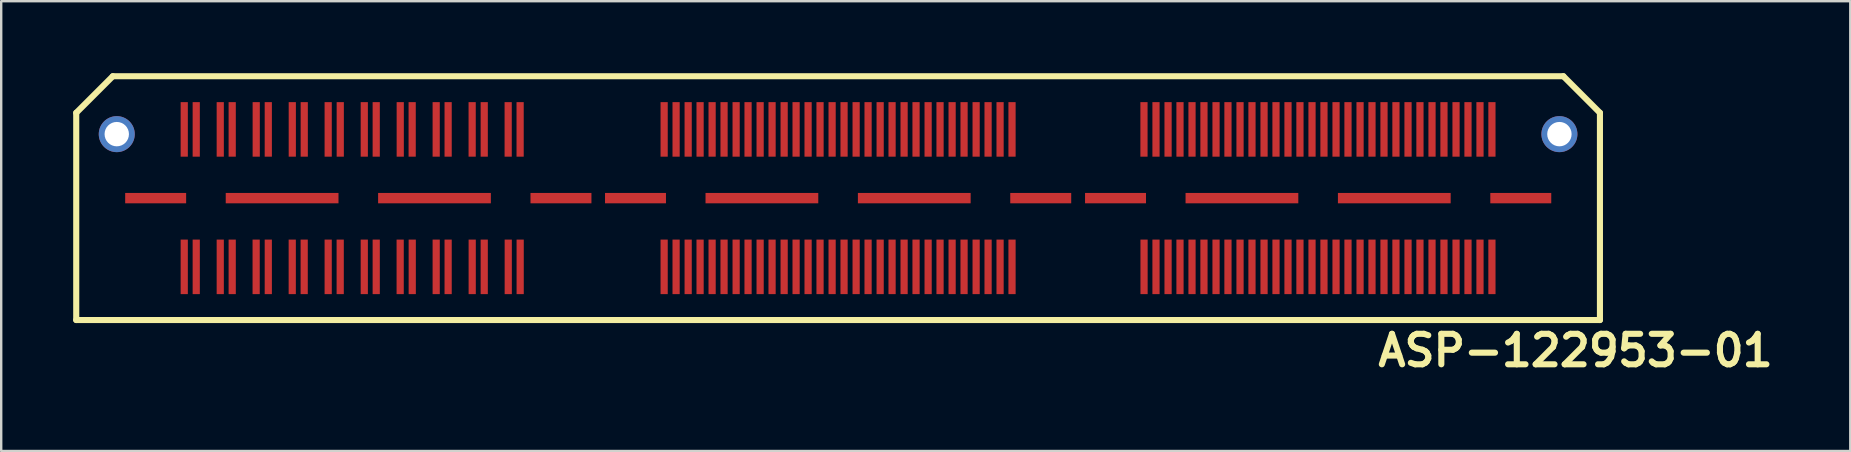
<source format=kicad_pcb>
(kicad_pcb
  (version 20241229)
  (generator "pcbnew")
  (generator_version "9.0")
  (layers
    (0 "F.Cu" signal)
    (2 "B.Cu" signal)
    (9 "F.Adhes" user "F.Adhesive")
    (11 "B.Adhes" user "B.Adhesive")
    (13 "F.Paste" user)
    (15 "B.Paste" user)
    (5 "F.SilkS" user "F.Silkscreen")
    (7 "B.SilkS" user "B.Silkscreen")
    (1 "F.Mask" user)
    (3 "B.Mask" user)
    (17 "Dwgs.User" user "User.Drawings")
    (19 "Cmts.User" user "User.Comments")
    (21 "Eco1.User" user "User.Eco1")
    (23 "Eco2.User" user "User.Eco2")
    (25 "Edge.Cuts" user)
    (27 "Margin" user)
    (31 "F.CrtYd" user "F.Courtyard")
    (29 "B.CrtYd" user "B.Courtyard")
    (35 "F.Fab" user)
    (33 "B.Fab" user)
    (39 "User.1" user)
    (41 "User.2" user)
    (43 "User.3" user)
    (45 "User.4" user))
  (footprint "ASP-122953-01"
    (layer "F.Cu")
    (at 31.877 5.207)
    (property "Reference" "ASP-122953-01" (at 30.734 6.35 0) (layer "F.SilkS") (effects (font (size 1.27 1.27) (thickness 0.254))))
    (attr smd)
    (fp_line (start -31.75 -3.556) (end -30.226 -5.08) (stroke (width 0.254) (type solid)) (layer "F.SilkS"))
    (fp_line (start -31.75 5.08) (end -31.75 -3.556) (stroke (width 0.254) (type solid)) (layer "F.SilkS"))
    (fp_line (start -31.75 5.08) (end 31.75 5.08) (stroke (width 0.254) (type solid)) (layer "F.SilkS"))
    (fp_line (start -30.226 -5.08) (end 30.226 -5.08) (stroke (width 0.254) (type solid)) (layer "F.SilkS"))
    (fp_line (start 31.75 -3.556) (end 30.226 -5.08) (stroke (width 0.254) (type solid)) (layer "F.SilkS"))
    (fp_line (start 31.75 5.08) (end 31.75 -3.556) (stroke (width 0.254) (type solid)) (layer "F.SilkS"))
    (pad "" np_thru_hole circle (at -30.061 -2.667) (size 1.501 1.501) (drill 1.016) (layers "*.Cu" "*.Mask"))
    (pad "" np_thru_hole circle (at 30.061 -2.667) (size 1.501 1.501) (drill 1.016) (layers "*.Cu" "*.Mask"))
    (pad "1" smd rect (at -27.249 2.864) (size 0.3 2.273) (layers "F.Cu" "F.Mask" "F.Paste"))
    (pad "2" smd rect (at -27.249 -2.864) (size 0.3 2.273) (layers "F.Cu" "F.Mask" "F.Paste"))
    (pad "3" smd rect (at -26.749 2.864) (size 0.3 2.273) (layers "F.Cu" "F.Mask" "F.Paste"))
    (pad "4" smd rect (at -26.749 -2.864) (size 0.3 2.273) (layers "F.Cu" "F.Mask" "F.Paste"))
    (pad "5" smd rect (at -25.748 2.864) (size 0.3 2.273) (layers "F.Cu" "F.Mask" "F.Paste"))
    (pad "6" smd rect (at -25.748 -2.864) (size 0.3 2.273) (layers "F.Cu" "F.Mask" "F.Paste"))
    (pad "7" smd rect (at -25.25 2.864) (size 0.3 2.273) (layers "F.Cu" "F.Mask" "F.Paste"))
    (pad "8" smd rect (at -25.25 -2.864) (size 0.3 2.273) (layers "F.Cu" "F.Mask" "F.Paste"))
    (pad "9" smd rect (at -24.252 2.864) (size 0.3 2.273) (layers "F.Cu" "F.Mask" "F.Paste"))
    (pad "10" smd rect (at -24.249 -2.864) (size 0.3 2.273) (layers "F.Cu" "F.Mask" "F.Paste"))
    (pad "11" smd rect (at -23.746 2.864) (size 0.3 2.273) (layers "F.Cu" "F.Mask" "F.Paste"))
    (pad "12" smd rect (at -23.746 -2.864) (size 0.3 2.273) (layers "F.Cu" "F.Mask" "F.Paste"))
    (pad "13" smd rect (at -22.748 2.864) (size 0.3 2.273) (layers "F.Cu" "F.Mask" "F.Paste"))
    (pad "14" smd rect (at -22.746 -2.864) (size 0.3 2.273) (layers "F.Cu" "F.Mask" "F.Paste"))
    (pad "15" smd rect (at -22.25 2.864) (size 0.3 2.273) (layers "F.Cu" "F.Mask" "F.Paste"))
    (pad "16" smd rect (at -22.248 -2.864) (size 0.3 2.273) (layers "F.Cu" "F.Mask" "F.Paste"))
    (pad "17" smd rect (at -21.25 2.864) (size 0.3 2.273) (layers "F.Cu" "F.Mask" "F.Paste"))
    (pad "18" smd rect (at -21.25 -2.864) (size 0.3 2.273) (layers "F.Cu" "F.Mask" "F.Paste"))
    (pad "19" smd rect (at -20.749 2.864) (size 0.3 2.273) (layers "F.Cu" "F.Mask" "F.Paste"))
    (pad "20" smd rect (at -20.747 -2.864) (size 0.3 2.273) (layers "F.Cu" "F.Mask" "F.Paste"))
    (pad "21" smd rect (at -19.746 2.864) (size 0.3 2.273) (layers "F.Cu" "F.Mask" "F.Paste"))
    (pad "22" smd rect (at -19.746 -2.864) (size 0.3 2.273) (layers "F.Cu" "F.Mask" "F.Paste"))
    (pad "23" smd rect (at -19.248 2.864) (size 0.3 2.273) (layers "F.Cu" "F.Mask" "F.Paste"))
    (pad "24" smd rect (at -19.248 -2.864) (size 0.3 2.273) (layers "F.Cu" "F.Mask" "F.Paste"))
    (pad "25" smd rect (at -18.25 2.864) (size 0.3 2.273) (layers "F.Cu" "F.Mask" "F.Paste"))
    (pad "26" smd rect (at -18.247 -2.864) (size 0.3 2.273) (layers "F.Cu" "F.Mask" "F.Paste"))
    (pad "27" smd rect (at -17.747 2.864) (size 0.3 2.273) (layers "F.Cu" "F.Mask" "F.Paste"))
    (pad "28" smd rect (at -17.75 -2.864) (size 0.3 2.273) (layers "F.Cu" "F.Mask" "F.Paste"))
    (pad "29" smd rect (at -16.749 2.864) (size 0.3 2.273) (layers "F.Cu" "F.Mask" "F.Paste"))
    (pad "30" smd rect (at -16.749 -2.864) (size 0.3 2.273) (layers "F.Cu" "F.Mask" "F.Paste"))
    (pad "31" smd rect (at -16.251 2.864) (size 0.3 2.273) (layers "F.Cu" "F.Mask" "F.Paste"))
    (pad "32" smd rect (at -16.251 -2.864) (size 0.3 2.273) (layers "F.Cu" "F.Mask" "F.Paste"))
    (pad "33" smd rect (at -15.248 2.864) (size 0.3 2.273) (layers "F.Cu" "F.Mask" "F.Paste"))
    (pad "34" smd rect (at -15.25 -2.864) (size 0.3 2.273) (layers "F.Cu" "F.Mask" "F.Paste"))
    (pad "35" smd rect (at -14.747 2.864) (size 0.3 2.273) (layers "F.Cu" "F.Mask" "F.Paste"))
    (pad "36" smd rect (at -14.747 -2.864) (size 0.3 2.273) (layers "F.Cu" "F.Mask" "F.Paste"))
    (pad "37" smd rect (at -13.746 2.864) (size 0.3 2.273) (layers "F.Cu" "F.Mask" "F.Paste"))
    (pad "38" smd rect (at -13.749 -2.864) (size 0.3 2.273) (layers "F.Cu" "F.Mask" "F.Paste"))
    (pad "39" smd rect (at -13.249 2.864) (size 0.3 2.273) (layers "F.Cu" "F.Mask" "F.Paste"))
    (pad "40" smd rect (at -13.251 -2.864) (size 0.3 2.273) (layers "F.Cu" "F.Mask" "F.Paste"))
    (pad "41" smd rect (at -7.249 2.864) (size 0.3 2.273) (layers "F.Cu" "F.Mask" "F.Paste"))
    (pad "42" smd rect (at -7.249 -2.864) (size 0.3 2.273) (layers "F.Cu" "F.Mask" "F.Paste"))
    (pad "43" smd rect (at -6.751 2.864) (size 0.3 2.273) (layers "F.Cu" "F.Mask" "F.Paste"))
    (pad "44" smd rect (at -6.751 -2.864) (size 0.3 2.273) (layers "F.Cu" "F.Mask" "F.Paste"))
    (pad "45" smd rect (at -6.248 2.864) (size 0.3 2.273) (layers "F.Cu" "F.Mask" "F.Paste"))
    (pad "46" smd rect (at -6.248 -2.864) (size 0.3 2.273) (layers "F.Cu" "F.Mask" "F.Paste"))
    (pad "47" smd rect (at -5.751 2.864) (size 0.3 2.273) (layers "F.Cu" "F.Mask" "F.Paste"))
    (pad "48" smd rect (at -5.751 -2.864) (size 0.3 2.273) (layers "F.Cu" "F.Mask" "F.Paste"))
    (pad "49" smd rect (at -5.25 2.864) (size 0.3 2.273) (layers "F.Cu" "F.Mask" "F.Paste"))
    (pad "50" smd rect (at -5.25 -2.864) (size 0.3 2.273) (layers "F.Cu" "F.Mask" "F.Paste"))
    (pad "51" smd rect (at -4.752 2.864) (size 0.3 2.273) (layers "F.Cu" "F.Mask" "F.Paste"))
    (pad "52" smd rect (at -4.752 -2.864) (size 0.3 2.273) (layers "F.Cu" "F.Mask" "F.Paste"))
    (pad "53" smd rect (at -4.249 2.864) (size 0.3 2.273) (layers "F.Cu" "F.Mask" "F.Paste"))
    (pad "54" smd rect (at -4.249 -2.864) (size 0.3 2.273) (layers "F.Cu" "F.Mask" "F.Paste"))
    (pad "55" smd rect (at -3.752 2.864) (size 0.3 2.273) (layers "F.Cu" "F.Mask" "F.Paste"))
    (pad "56" smd rect (at -3.752 -2.864) (size 0.3 2.273) (layers "F.Cu" "F.Mask" "F.Paste"))
    (pad "57" smd rect (at -3.249 2.864) (size 0.3 2.273) (layers "F.Cu" "F.Mask" "F.Paste"))
    (pad "58" smd rect (at -3.249 -2.864) (size 0.3 2.273) (layers "F.Cu" "F.Mask" "F.Paste"))
    (pad "59" smd rect (at -2.751 2.864) (size 0.3 2.273) (layers "F.Cu" "F.Mask" "F.Paste"))
    (pad "60" smd rect (at -2.751 -2.864) (size 0.3 2.273) (layers "F.Cu" "F.Mask" "F.Paste"))
    (pad "61" smd rect (at -2.248 2.864) (size 0.3 2.273) (layers "F.Cu" "F.Mask" "F.Paste"))
    (pad "62" smd rect (at -2.248 -2.864) (size 0.3 2.273) (layers "F.Cu" "F.Mask" "F.Paste"))
    (pad "63" smd rect (at -1.75 2.864) (size 0.3 2.273) (layers "F.Cu" "F.Mask" "F.Paste"))
    (pad "64" smd rect (at -1.75 -2.864) (size 0.3 2.273) (layers "F.Cu" "F.Mask" "F.Paste"))
    (pad "65" smd rect (at -1.25 2.864) (size 0.3 2.273) (layers "F.Cu" "F.Mask" "F.Paste"))
    (pad "66" smd rect (at -1.25 -2.864) (size 0.3 2.273) (layers "F.Cu" "F.Mask" "F.Paste"))
    (pad "67" smd rect (at -0.752 2.864) (size 0.3 2.273) (layers "F.Cu" "F.Mask" "F.Paste"))
    (pad "68" smd rect (at -0.752 -2.864) (size 0.3 2.273) (layers "F.Cu" "F.Mask" "F.Paste"))
    (pad "69" smd rect (at -0.249 2.864) (size 0.3 2.273) (layers "F.Cu" "F.Mask" "F.Paste"))
    (pad "70" smd rect (at -0.249 -2.864) (size 0.3 2.273) (layers "F.Cu" "F.Mask" "F.Paste"))
    (pad "71" smd rect (at 0.249 2.864) (size 0.3 2.273) (layers "F.Cu" "F.Mask" "F.Paste"))
    (pad "72" smd rect (at 0.249 -2.864) (size 0.3 2.273) (layers "F.Cu" "F.Mask" "F.Paste"))
    (pad "73" smd rect (at 0.752 2.864) (size 0.3 2.273) (layers "F.Cu" "F.Mask" "F.Paste"))
    (pad "74" smd rect (at 0.752 -2.864) (size 0.3 2.273) (layers "F.Cu" "F.Mask" "F.Paste"))
    (pad "75" smd rect (at 1.25 2.864) (size 0.3 2.273) (layers "F.Cu" "F.Mask" "F.Paste"))
    (pad "76" smd rect (at 1.25 -2.864) (size 0.3 2.273) (layers "F.Cu" "F.Mask" "F.Paste"))
    (pad "77" smd rect (at 1.753 2.864) (size 0.3 2.273) (layers "F.Cu" "F.Mask" "F.Paste"))
    (pad "78" smd rect (at 1.753 -2.864) (size 0.3 2.273) (layers "F.Cu" "F.Mask" "F.Paste"))
    (pad "79" smd rect (at 2.25 2.864) (size 0.3 2.273) (layers "F.Cu" "F.Mask" "F.Paste"))
    (pad "80" smd rect (at 2.25 -2.864) (size 0.3 2.273) (layers "F.Cu" "F.Mask" "F.Paste"))
    (pad "81" smd rect (at 2.751 2.864) (size 0.3 2.273) (layers "F.Cu" "F.Mask" "F.Paste"))
    (pad "82" smd rect (at 2.751 -2.864) (size 0.3 2.273) (layers "F.Cu" "F.Mask" "F.Paste"))
    (pad "83" smd rect (at 3.249 2.864) (size 0.3 2.273) (layers "F.Cu" "F.Mask" "F.Paste"))
    (pad "84" smd rect (at 3.249 -2.864) (size 0.3 2.273) (layers "F.Cu" "F.Mask" "F.Paste"))
    (pad "85" smd rect (at 3.752 2.864) (size 0.3 2.273) (layers "F.Cu" "F.Mask" "F.Paste"))
    (pad "86" smd rect (at 3.752 -2.864) (size 0.3 2.273) (layers "F.Cu" "F.Mask" "F.Paste"))
    (pad "87" smd rect (at 4.249 2.864) (size 0.3 2.273) (layers "F.Cu" "F.Mask" "F.Paste"))
    (pad "88" smd rect (at 4.249 -2.864) (size 0.3 2.273) (layers "F.Cu" "F.Mask" "F.Paste"))
    (pad "89" smd rect (at 4.752 2.864) (size 0.3 2.273) (layers "F.Cu" "F.Mask" "F.Paste"))
    (pad "90" smd rect (at 4.752 -2.864) (size 0.3 2.273) (layers "F.Cu" "F.Mask" "F.Paste"))
    (pad "91" smd rect (at 5.25 2.864) (size 0.3 2.273) (layers "F.Cu" "F.Mask" "F.Paste"))
    (pad "92" smd rect (at 5.25 -2.864) (size 0.3 2.273) (layers "F.Cu" "F.Mask" "F.Paste"))
    (pad "93" smd rect (at 5.753 2.864) (size 0.3 2.273) (layers "F.Cu" "F.Mask" "F.Paste"))
    (pad "94" smd rect (at 5.753 -2.864) (size 0.3 2.273) (layers "F.Cu" "F.Mask" "F.Paste"))
    (pad "95" smd rect (at 6.251 2.864) (size 0.3 2.273) (layers "F.Cu" "F.Mask" "F.Paste"))
    (pad "96" smd rect (at 6.251 -2.864) (size 0.3 2.273) (layers "F.Cu" "F.Mask" "F.Paste"))
    (pad "97" smd rect (at 6.751 2.864) (size 0.3 2.273) (layers "F.Cu" "F.Mask" "F.Paste"))
    (pad "98" smd rect (at 6.751 -2.864) (size 0.3 2.273) (layers "F.Cu" "F.Mask" "F.Paste"))
    (pad "99" smd rect (at 7.249 2.864) (size 0.3 2.273) (layers "F.Cu" "F.Mask" "F.Paste"))
    (pad "100" smd rect (at 7.249 -2.864) (size 0.3 2.273) (layers "F.Cu" "F.Mask" "F.Paste"))
    (pad "101" smd rect (at 12.751 2.864) (size 0.3 2.273) (layers "F.Cu" "F.Mask" "F.Paste"))
    (pad "102" smd rect (at 12.748 -2.864) (size 0.3 2.273) (layers "F.Cu" "F.Mask" "F.Paste"))
    (pad "103" smd rect (at 13.249 2.864) (size 0.3 2.273) (layers "F.Cu" "F.Mask" "F.Paste"))
    (pad "104" smd rect (at 13.249 -2.864) (size 0.3 2.273) (layers "F.Cu" "F.Mask" "F.Paste"))
    (pad "105" smd rect (at 13.752 2.864) (size 0.3 2.273) (layers "F.Cu" "F.Mask" "F.Paste"))
    (pad "106" smd rect (at 13.752 -2.864) (size 0.3 2.273) (layers "F.Cu" "F.Mask" "F.Paste"))
    (pad "107" smd rect (at 14.249 2.864) (size 0.3 2.273) (layers "F.Cu" "F.Mask" "F.Paste"))
    (pad "108" smd rect (at 14.249 -2.864) (size 0.3 2.273) (layers "F.Cu" "F.Mask" "F.Paste"))
    (pad "109" smd rect (at 14.75 2.864) (size 0.3 2.273) (layers "F.Cu" "F.Mask" "F.Paste"))
    (pad "110" smd rect (at 14.75 -2.864) (size 0.3 2.273) (layers "F.Cu" "F.Mask" "F.Paste"))
    (pad "111" smd rect (at 15.248 2.864) (size 0.3 2.273) (layers "F.Cu" "F.Mask" "F.Paste"))
    (pad "112" smd rect (at 15.248 -2.864) (size 0.3 2.273) (layers "F.Cu" "F.Mask" "F.Paste"))
    (pad "113" smd rect (at 15.751 2.864) (size 0.3 2.273) (layers "F.Cu" "F.Mask" "F.Paste"))
    (pad "114" smd rect (at 15.751 -2.864) (size 0.3 2.273) (layers "F.Cu" "F.Mask" "F.Paste"))
    (pad "115" smd rect (at 16.248 2.864) (size 0.3 2.273) (layers "F.Cu" "F.Mask" "F.Paste"))
    (pad "116" smd rect (at 16.248 -2.864) (size 0.3 2.273) (layers "F.Cu" "F.Mask" "F.Paste"))
    (pad "117" smd rect (at 16.751 2.864) (size 0.3 2.273) (layers "F.Cu" "F.Mask" "F.Paste"))
    (pad "118" smd rect (at 16.751 -2.864) (size 0.3 2.273) (layers "F.Cu" "F.Mask" "F.Paste"))
    (pad "119" smd rect (at 17.249 2.864) (size 0.3 2.273) (layers "F.Cu" "F.Mask" "F.Paste"))
    (pad "120" smd rect (at 17.249 -2.864) (size 0.3 2.273) (layers "F.Cu" "F.Mask" "F.Paste"))
    (pad "121" smd rect (at 17.752 2.864) (size 0.3 2.273) (layers "F.Cu" "F.Mask" "F.Paste"))
    (pad "122" smd rect (at 17.752 -2.864) (size 0.3 2.273) (layers "F.Cu" "F.Mask" "F.Paste"))
    (pad "123" smd rect (at 18.25 2.864) (size 0.3 2.273) (layers "F.Cu" "F.Mask" "F.Paste"))
    (pad "124" smd rect (at 18.25 -2.864) (size 0.3 2.273) (layers "F.Cu" "F.Mask" "F.Paste"))
    (pad "125" smd rect (at 18.75 2.864) (size 0.3 2.273) (layers "F.Cu" "F.Mask" "F.Paste"))
    (pad "126" smd rect (at 18.75 -2.864) (size 0.3 2.273) (layers "F.Cu" "F.Mask" "F.Paste"))
    (pad "127" smd rect (at 19.248 2.864) (size 0.3 2.273) (layers "F.Cu" "F.Mask" "F.Paste"))
    (pad "128" smd rect (at 19.248 -2.864) (size 0.3 2.273) (layers "F.Cu" "F.Mask" "F.Paste"))
    (pad "129" smd rect (at 19.751 2.864) (size 0.3 2.273) (layers "F.Cu" "F.Mask" "F.Paste"))
    (pad "130" smd rect (at 19.751 -2.864) (size 0.3 2.273) (layers "F.Cu" "F.Mask" "F.Paste"))
    (pad "131" smd rect (at 20.249 2.864) (size 0.3 2.273) (layers "F.Cu" "F.Mask" "F.Paste"))
    (pad "132" smd rect (at 20.249 -2.864) (size 0.3 2.273) (layers "F.Cu" "F.Mask" "F.Paste"))
    (pad "133" smd rect (at 20.752 2.864) (size 0.3 2.273) (layers "F.Cu" "F.Mask" "F.Paste"))
    (pad "134" smd rect (at 20.752 -2.864) (size 0.3 2.273) (layers "F.Cu" "F.Mask" "F.Paste"))
    (pad "135" smd rect (at 21.25 2.864) (size 0.3 2.273) (layers "F.Cu" "F.Mask" "F.Paste"))
    (pad "136" smd rect (at 21.25 -2.864) (size 0.3 2.273) (layers "F.Cu" "F.Mask" "F.Paste"))
    (pad "137" smd rect (at 21.753 2.864) (size 0.3 2.273) (layers "F.Cu" "F.Mask" "F.Paste"))
    (pad "138" smd rect (at 21.753 -2.864) (size 0.3 2.273) (layers "F.Cu" "F.Mask" "F.Paste"))
    (pad "139" smd rect (at 22.25 2.864) (size 0.3 2.273) (layers "F.Cu" "F.Mask" "F.Paste"))
    (pad "140" smd rect (at 22.25 -2.864) (size 0.3 2.273) (layers "F.Cu" "F.Mask" "F.Paste"))
    (pad "141" smd rect (at 22.751 2.864) (size 0.3 2.273) (layers "F.Cu" "F.Mask" "F.Paste"))
    (pad "142" smd rect (at 22.751 -2.864) (size 0.3 2.273) (layers "F.Cu" "F.Mask" "F.Paste"))
    (pad "143" smd rect (at 23.249 2.864) (size 0.3 2.273) (layers "F.Cu" "F.Mask" "F.Paste"))
    (pad "144" smd rect (at 23.249 -2.864) (size 0.3 2.273) (layers "F.Cu" "F.Mask" "F.Paste"))
    (pad "145" smd rect (at 23.752 2.864) (size 0.3 2.273) (layers "F.Cu" "F.Mask" "F.Paste"))
    (pad "146" smd rect (at 23.752 -2.864) (size 0.3 2.273) (layers "F.Cu" "F.Mask" "F.Paste"))
    (pad "147" smd rect (at 24.249 2.864) (size 0.3 2.273) (layers "F.Cu" "F.Mask" "F.Paste"))
    (pad "148" smd rect (at 24.249 -2.864) (size 0.3 2.273) (layers "F.Cu" "F.Mask" "F.Paste"))
    (pad "149" smd rect (at 24.752 2.864) (size 0.3 2.273) (layers "F.Cu" "F.Mask" "F.Paste"))
    (pad "150" smd rect (at 24.752 -2.864) (size 0.3 2.273) (layers "F.Cu" "F.Mask" "F.Paste"))
    (pad "151" smd rect (at 25.25 2.864) (size 0.3 2.273) (layers "F.Cu" "F.Mask" "F.Paste"))
    (pad "152" smd rect (at 25.25 -2.864) (size 0.3 2.273) (layers "F.Cu" "F.Mask" "F.Paste"))
    (pad "153" smd rect (at 25.753 2.864) (size 0.3 2.273) (layers "F.Cu" "F.Mask" "F.Paste"))
    (pad "154" smd rect (at 25.753 -2.864) (size 0.3 2.273) (layers "F.Cu" "F.Mask" "F.Paste"))
    (pad "155" smd rect (at 26.251 2.864) (size 0.3 2.273) (layers "F.Cu" "F.Mask" "F.Paste"))
    (pad "156" smd rect (at 26.251 -2.864) (size 0.3 2.273) (layers "F.Cu" "F.Mask" "F.Paste"))
    (pad "157" smd rect (at 26.751 2.864) (size 0.3 2.273) (layers "F.Cu" "F.Mask" "F.Paste"))
    (pad "158" smd rect (at 26.751 -2.864) (size 0.3 2.273) (layers "F.Cu" "F.Mask" "F.Paste"))
    (pad "159" smd rect (at 27.249 2.864) (size 0.3 2.273) (layers "F.Cu" "F.Mask" "F.Paste"))
    (pad "160" smd rect (at 27.249 -2.864) (size 0.3 2.273) (layers "F.Cu" "F.Mask" "F.Paste"))
    (pad "161" smd rect (at -28.44 0) (size 2.54 0.432) (layers "F.Cu" "F.Mask" "F.Paste"))
    (pad "162" smd rect (at -23.17 0) (size 4.699 0.432) (layers "F.Cu" "F.Mask" "F.Paste"))
    (pad "163" smd rect (at -16.82 0) (size 4.699 0.432) (layers "F.Cu" "F.Mask" "F.Paste"))
    (pad "164" smd rect (at -11.549 0) (size 2.54 0.432) (layers "F.Cu" "F.Mask" "F.Paste"))
    (pad "165" smd rect (at -8.443 0) (size 2.54 0.432) (layers "F.Cu" "F.Mask" "F.Paste"))
    (pad "166" smd rect (at -3.175 0) (size 4.699 0.432) (layers "F.Cu" "F.Mask" "F.Paste"))
    (pad "167" smd rect (at 3.175 0) (size 4.699 0.432) (layers "F.Cu" "F.Mask" "F.Paste"))
    (pad "168" smd rect (at 8.445 0) (size 2.54 0.432) (layers "F.Cu" "F.Mask" "F.Paste"))
    (pad "169" smd rect (at 11.562 0) (size 2.54 0.432) (layers "F.Cu" "F.Mask" "F.Paste"))
    (pad "170" smd rect (at 16.83 0) (size 4.699 0.432) (layers "F.Cu" "F.Mask" "F.Paste"))
    (pad "171" smd rect (at 23.18 0) (size 4.699 0.432) (layers "F.Cu" "F.Mask" "F.Paste"))
    (pad "172" smd rect (at 28.451 0) (size 2.54 0.432) (layers "F.Cu" "F.Mask" "F.Paste")))
  (gr_rect
    (start -3 -3)
    (end 74.06 15.746)
    (stroke (width 0.1) (type default))
    (fill no)
    (layer "Edge.Cuts")))
</source>
